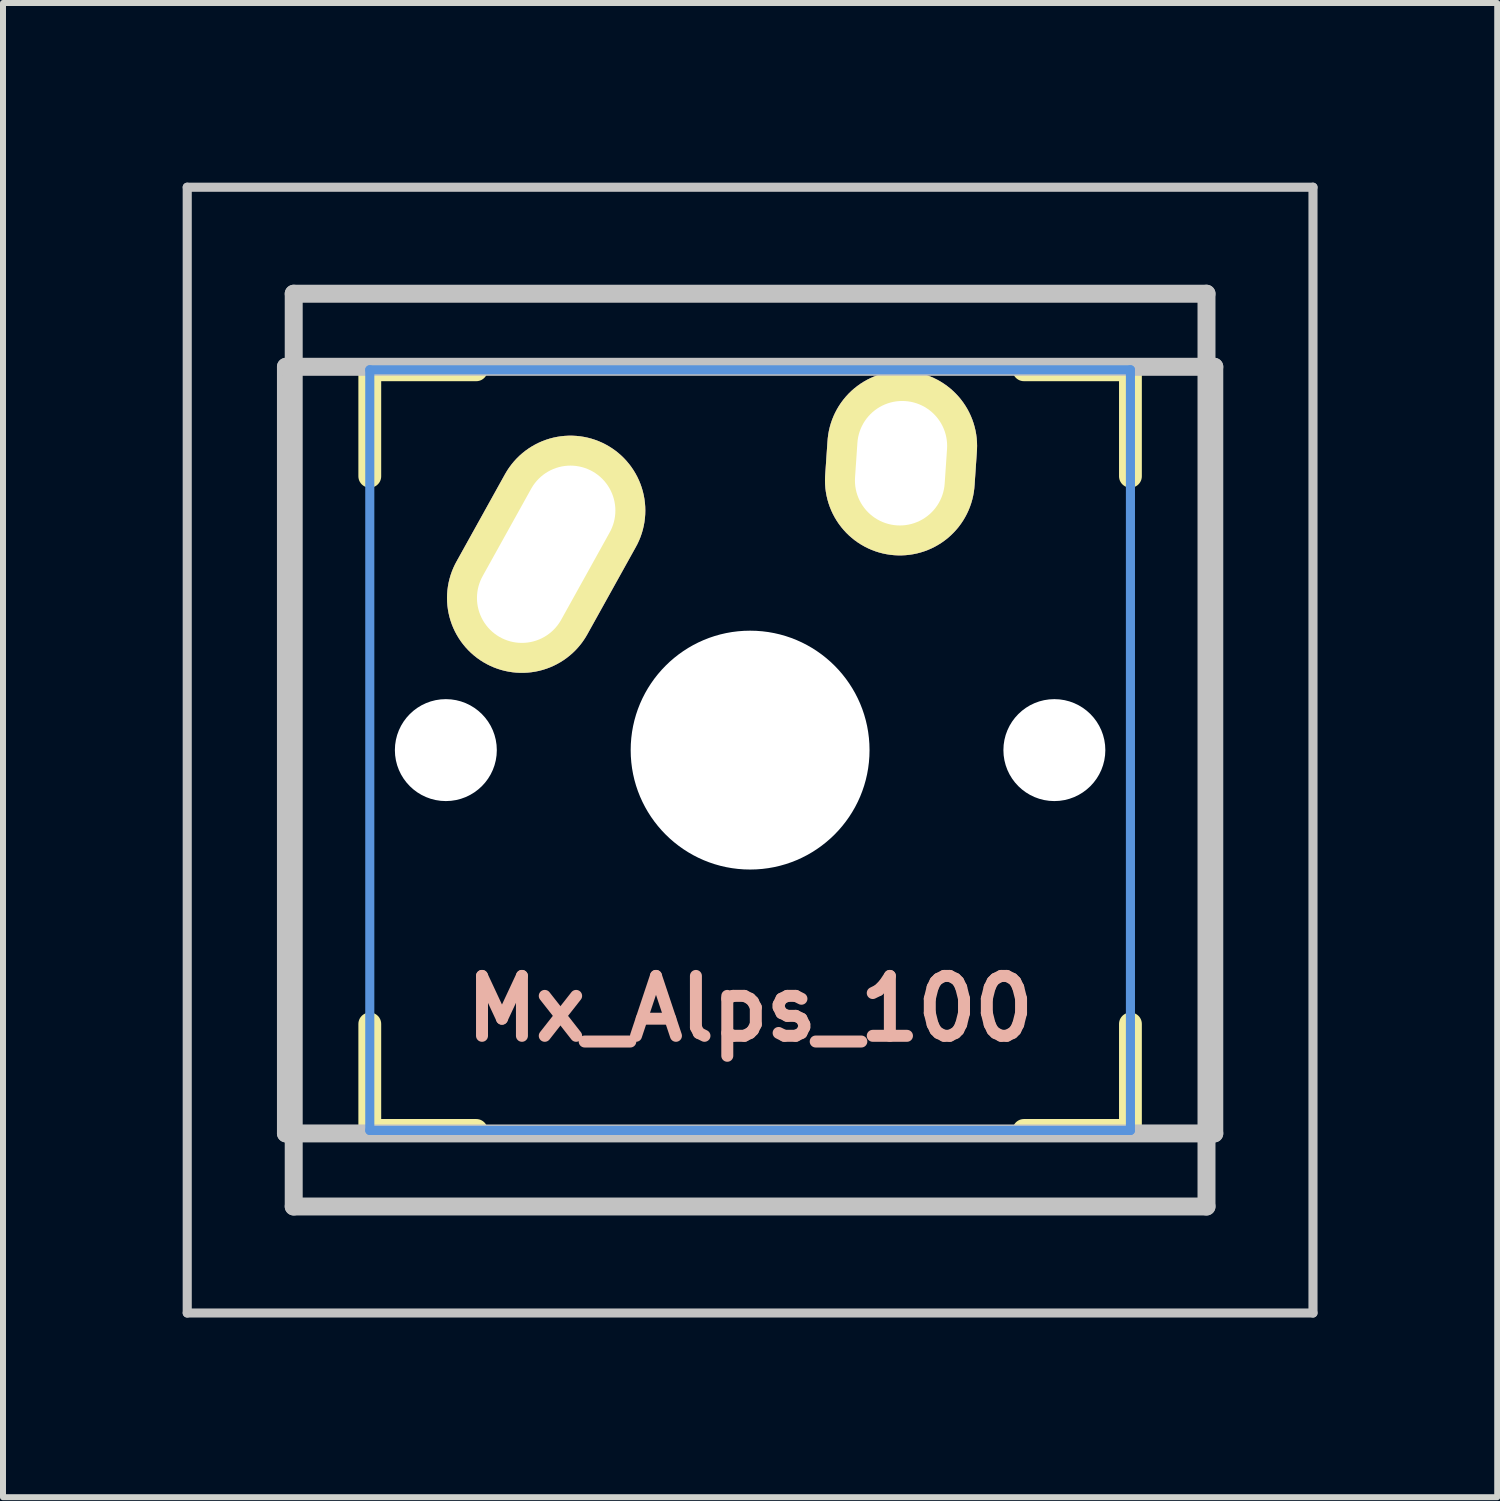
<source format=kicad_pcb>
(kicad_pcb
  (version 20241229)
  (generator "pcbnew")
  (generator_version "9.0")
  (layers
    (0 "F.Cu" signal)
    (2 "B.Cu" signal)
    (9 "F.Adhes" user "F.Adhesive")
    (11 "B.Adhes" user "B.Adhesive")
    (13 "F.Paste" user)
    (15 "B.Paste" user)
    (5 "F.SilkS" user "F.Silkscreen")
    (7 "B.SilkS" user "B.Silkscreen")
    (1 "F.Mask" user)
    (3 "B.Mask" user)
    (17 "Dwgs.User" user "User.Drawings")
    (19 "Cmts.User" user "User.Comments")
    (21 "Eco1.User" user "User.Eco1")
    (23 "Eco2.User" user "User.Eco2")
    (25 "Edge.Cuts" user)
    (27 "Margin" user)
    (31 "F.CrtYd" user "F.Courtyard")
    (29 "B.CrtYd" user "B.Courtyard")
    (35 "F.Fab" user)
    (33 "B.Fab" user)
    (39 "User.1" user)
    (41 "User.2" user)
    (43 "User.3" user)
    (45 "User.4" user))
  (footprint "Mx_Alps_100"
    (layer "F.Cu")
    (at 9.474 9.474)
    (property "Reference" "Mx_Alps_100" (at 0 4.318 0) (layer "B.SilkS") (effects (font (size 1 1) (thickness 0.2))))
    (attr through_hole)
    (fp_line (start -6.35 -6.35) (end -4.572 -6.35) (stroke (width 0.381) (type solid)) (layer "F.SilkS"))
    (fp_line (start -6.35 -4.572) (end -6.35 -6.35) (stroke (width 0.381) (type solid)) (layer "F.SilkS"))
    (fp_line (start -6.35 6.35) (end -6.35 4.572) (stroke (width 0.381) (type solid)) (layer "F.SilkS"))
    (fp_line (start -4.572 6.35) (end -6.35 6.35) (stroke (width 0.381) (type solid)) (layer "F.SilkS"))
    (fp_line (start 4.572 -6.35) (end 6.35 -6.35) (stroke (width 0.381) (type solid)) (layer "F.SilkS"))
    (fp_line (start 6.35 -6.35) (end 6.35 -4.572) (stroke (width 0.381) (type solid)) (layer "F.SilkS"))
    (fp_line (start 6.35 4.572) (end 6.35 6.35) (stroke (width 0.381) (type solid)) (layer "F.SilkS"))
    (fp_line (start 6.35 6.35) (end 4.572 6.35) (stroke (width 0.381) (type solid)) (layer "F.SilkS"))
    (fp_line (start -9.398 -9.398) (end 9.398 -9.398) (stroke (width 0.152) (type solid)) (layer "Dwgs.User"))
    (fp_line (start -9.398 9.398) (end -9.398 -9.398) (stroke (width 0.152) (type solid)) (layer "Dwgs.User"))
    (fp_line (start -7.75 6.4) (end -7.75 -6.4) (stroke (width 0.3) (type solid)) (layer "Dwgs.User"))
    (fp_line (start -7.75 6.4) (end 7.75 6.4) (stroke (width 0.3) (type solid)) (layer "Dwgs.User"))
    (fp_line (start -7.62 -7.62) (end 7.62 -7.62) (stroke (width 0.3) (type solid)) (layer "Dwgs.User"))
    (fp_line (start -7.62 7.62) (end -7.62 -7.62) (stroke (width 0.3) (type solid)) (layer "Dwgs.User"))
    (fp_line (start 7.62 -7.62) (end 7.62 7.62) (stroke (width 0.3) (type solid)) (layer "Dwgs.User"))
    (fp_line (start 7.62 7.62) (end -7.62 7.62) (stroke (width 0.3) (type solid)) (layer "Dwgs.User"))
    (fp_line (start 7.75 -6.4) (end -7.75 -6.4) (stroke (width 0.3) (type solid)) (layer "Dwgs.User"))
    (fp_line (start 7.75 6.4) (end 7.75 -6.4) (stroke (width 0.3) (type solid)) (layer "Dwgs.User"))
    (fp_line (start 9.398 -9.398) (end 9.398 9.398) (stroke (width 0.152) (type solid)) (layer "Dwgs.User"))
    (fp_line (start 9.398 9.398) (end -9.398 9.398) (stroke (width 0.152) (type solid)) (layer "Dwgs.User"))
    (fp_line (start -6.35 -6.35) (end 6.35 -6.35) (stroke (width 0.152) (type solid)) (layer "Cmts.User"))
    (fp_line (start -6.35 6.35) (end -6.35 -6.35) (stroke (width 0.152) (type solid)) (layer "Cmts.User"))
    (fp_line (start 6.35 -6.35) (end 6.35 6.35) (stroke (width 0.152) (type solid)) (layer "Cmts.User"))
    (fp_line (start 6.35 6.35) (end -6.35 6.35) (stroke (width 0.152) (type solid)) (layer "Cmts.User"))
    (fp_line (start -6.985 -6.985) (end 6.985 -6.985) (stroke (width 0.152) (type solid)) (layer "Eco2.User"))
    (fp_line (start -6.985 6.985) (end -6.985 -6.985) (stroke (width 0.152) (type solid)) (layer "Eco2.User"))
    (fp_line (start 6.985 -6.985) (end 6.985 6.985) (stroke (width 0.152) (type solid)) (layer "Eco2.User"))
    (fp_line (start 6.985 6.985) (end -6.985 6.985) (stroke (width 0.152) (type solid)) (layer "Eco2.User"))
    (pad "" np_thru_hole circle (at -5.08 0) (size 1.702 1.702) (drill 1.702) (layers "*.Cu"))
    (pad "" np_thru_hole circle (at 0 0) (size 3.988 3.988) (drill 3.988) (layers "*.Cu"))
    (pad "" np_thru_hole circle (at 5.08 0) (size 1.702 1.702) (drill 1.702) (layers "*.Cu"))
    (pad "1" thru_hole oval (at -3.405 -3.27 330.95) (size 2.5 4.17) (drill oval 1.5 3.17) (layers "*.Cu" "*.Mask" "F.SilkS"))
    (pad "2" thru_hole oval (at 2.52 -4.79 356.1) (size 2.5 3.08) (drill oval 1.5 2.08) (layers "*.Cu" "*.Mask" "F.SilkS")))
  (gr_rect
    (start -3 -3)
    (end 21.948 21.948)
    (stroke (width 0.1) (type default))
    (fill no)
    (layer "Edge.Cuts")))
</source>
